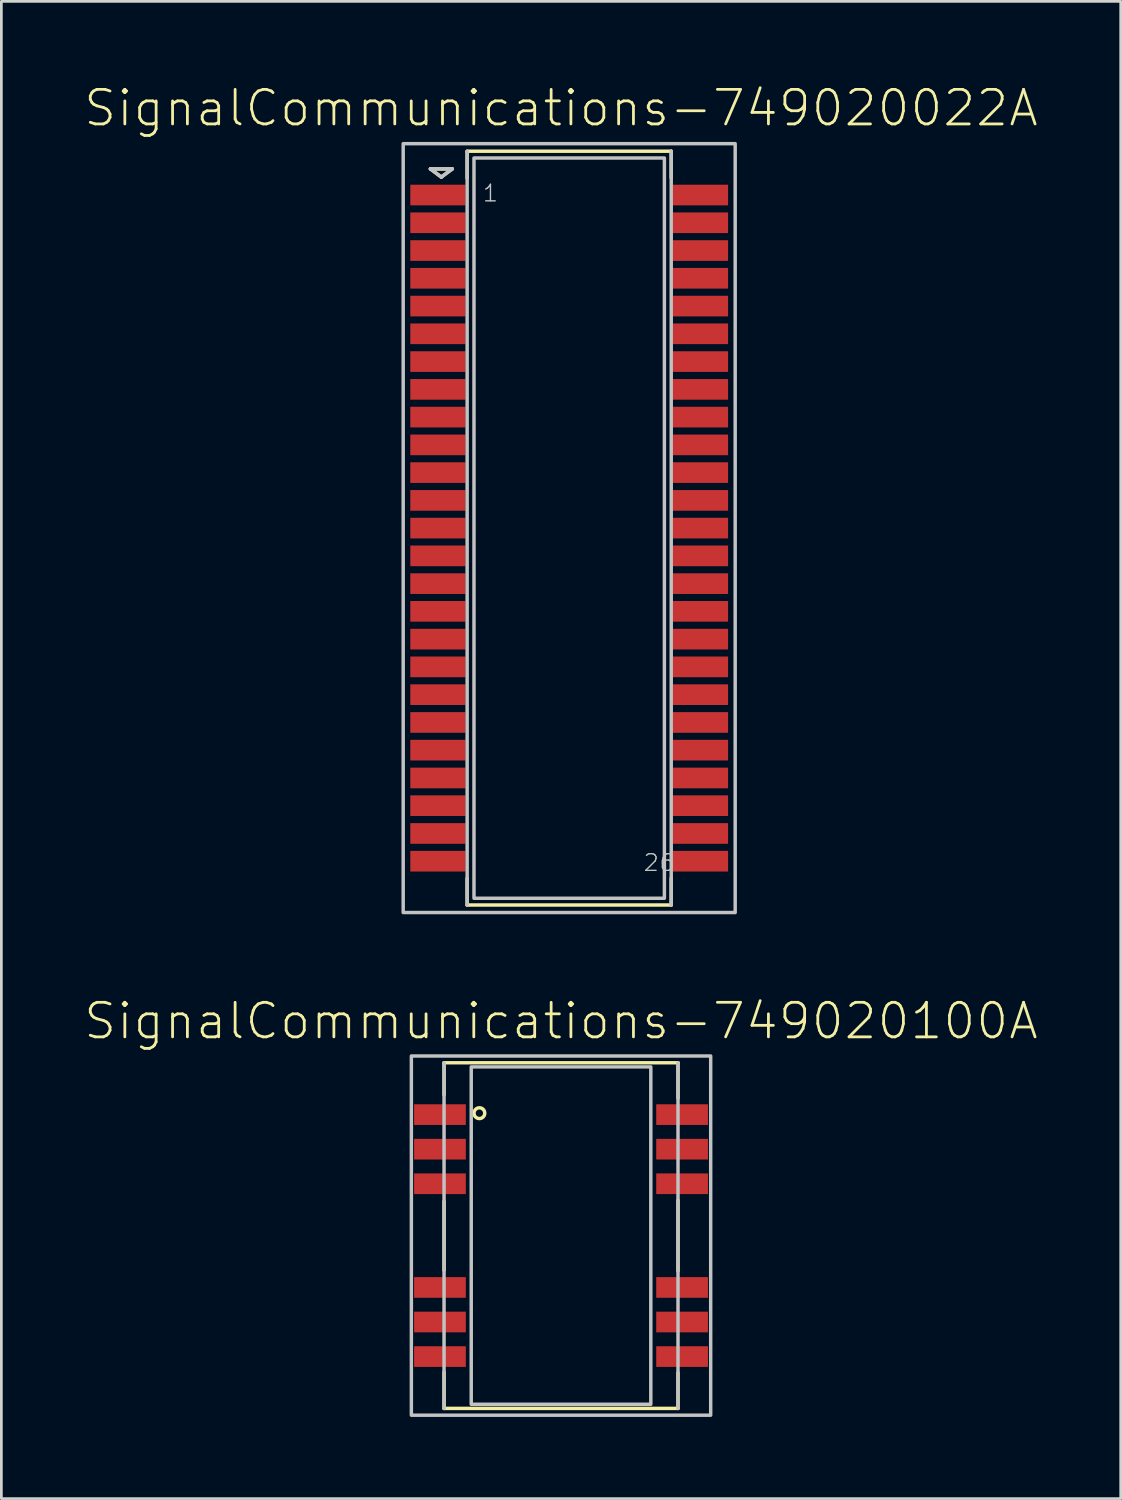
<source format=kicad_pcb>
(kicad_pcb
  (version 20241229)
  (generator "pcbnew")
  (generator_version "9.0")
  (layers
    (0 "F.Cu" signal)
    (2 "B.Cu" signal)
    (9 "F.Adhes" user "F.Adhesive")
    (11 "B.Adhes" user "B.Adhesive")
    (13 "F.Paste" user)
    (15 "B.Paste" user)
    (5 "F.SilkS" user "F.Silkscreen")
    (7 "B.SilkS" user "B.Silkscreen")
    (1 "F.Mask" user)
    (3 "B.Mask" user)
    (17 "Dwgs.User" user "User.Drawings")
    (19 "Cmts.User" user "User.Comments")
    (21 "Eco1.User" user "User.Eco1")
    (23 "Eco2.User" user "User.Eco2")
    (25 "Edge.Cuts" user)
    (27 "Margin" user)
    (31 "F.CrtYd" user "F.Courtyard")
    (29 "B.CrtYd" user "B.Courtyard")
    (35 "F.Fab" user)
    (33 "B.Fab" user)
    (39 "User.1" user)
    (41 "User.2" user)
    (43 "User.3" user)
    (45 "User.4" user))
  (footprint "SignalCommunications-749020022A"
    (layer "F.Cu")
    (at 17.863 16.354)
    (property "Reference" "SignalCommunications-749020022A" (at -0.3 -15.433 0) (layer "F.SilkS") (effects (font (size 1.27 1.27) (thickness 0.102))))
    (attr smd)
    (fp_line (start -5.098 -13.198) (end -4.298 -13.198) (stroke (width 0.127) (type solid)) (layer "F.SilkS"))
    (fp_line (start -4.699 -12.898) (end -5.098 -13.198) (stroke (width 0.127) (type solid)) (layer "F.SilkS"))
    (fp_line (start -4.298 -13.198) (end -4.699 -12.898) (stroke (width 0.127) (type solid)) (layer "F.SilkS"))
    (fp_line (start -3.749 -13.848) (end 3.749 -13.848) (stroke (width 0.127) (type solid)) (layer "F.SilkS"))
    (fp_line (start -3.749 -12.857) (end -3.749 -13.838) (stroke (width 0.127) (type solid)) (layer "F.SilkS"))
    (fp_line (start -3.749 12.868) (end -3.749 13.848) (stroke (width 0.127) (type solid)) (layer "F.SilkS"))
    (fp_line (start 3.749 -12.868) (end 3.749 -13.848) (stroke (width 0.127) (type solid)) (layer "F.SilkS"))
    (fp_line (start 3.749 12.868) (end 3.749 13.848) (stroke (width 0.127) (type solid)) (layer "F.SilkS"))
    (fp_line (start 3.749 13.848) (end -3.749 13.848) (stroke (width 0.127) (type solid)) (layer "F.SilkS"))
    (fp_line (start -5.098 -13.198) (end -4.298 -13.198) (stroke (width 0.127) (type solid)) (layer "Dwgs.User"))
    (fp_line (start -4.699 -12.898) (end -5.098 -13.198) (stroke (width 0.127) (type solid)) (layer "Dwgs.User"))
    (fp_line (start -4.298 -13.198) (end -4.699 -12.898) (stroke (width 0.127) (type solid)) (layer "Dwgs.User"))
    (fp_line (start -3.749 13.848) (end -3.749 -13.848) (stroke (width 0.127) (type solid)) (layer "Dwgs.User"))
    (fp_line (start 3.749 -13.848) (end 3.749 13.848) (stroke (width 0.127) (type solid)) (layer "Dwgs.User"))
    (fp_poly (pts (xy -3.498 -13.599) (xy 3.498 -13.599) (xy 3.498 13.599) (xy -3.498 13.599) (xy -3.498 -13.599)) (stroke (width 0.127) (type solid)) (fill no) (layer "Dwgs.User"))
    (fp_poly (pts (xy 6.099 14.125) (xy -6.099 14.125) (xy -6.099 -14.125) (xy 6.099 -14.125) (xy 6.099 14.125)) (stroke (width 0.127) (type solid)) (fill no) (layer "Dwgs.User"))
    (fp_text user "26" (at 3.307 12.294 0) (layer "Dwgs.User") (effects (font (size 0.61 0.61) (thickness 0.051))))
    (fp_text user "1" (at -2.893 -12.304 0) (layer "Dwgs.User") (effects (font (size 0.61 0.61) (thickness 0.051))))
    (pad "1" smd rect (at -4.823 -12.238 270) (size 0.759 2.029) (layers "F.Cu" "F.Mask" "F.Paste"))
    (pad "2" smd rect (at -4.823 -11.219 270) (size 0.759 2.029) (layers "F.Cu" "F.Mask" "F.Paste"))
    (pad "3" smd rect (at -4.823 -10.198 270) (size 0.759 2.029) (layers "F.Cu" "F.Mask" "F.Paste"))
    (pad "4" smd rect (at -4.823 -9.18 270) (size 0.759 2.029) (layers "F.Cu" "F.Mask" "F.Paste"))
    (pad "5" smd rect (at -4.823 -8.158 270) (size 0.759 2.029) (layers "F.Cu" "F.Mask" "F.Paste"))
    (pad "6" smd rect (at -4.823 -7.14 270) (size 0.759 2.029) (layers "F.Cu" "F.Mask" "F.Paste"))
    (pad "7" smd rect (at -4.823 -6.119 270) (size 0.759 2.029) (layers "F.Cu" "F.Mask" "F.Paste"))
    (pad "8" smd rect (at -4.823 -5.098 270) (size 0.759 2.029) (layers "F.Cu" "F.Mask" "F.Paste"))
    (pad "9" smd rect (at -4.823 -4.079 270) (size 0.759 2.029) (layers "F.Cu" "F.Mask" "F.Paste"))
    (pad "10" smd rect (at -4.823 -3.058 270) (size 0.759 2.029) (layers "F.Cu" "F.Mask" "F.Paste"))
    (pad "11" smd rect (at -4.823 -2.04 270) (size 0.759 2.029) (layers "F.Cu" "F.Mask" "F.Paste"))
    (pad "12" smd rect (at -4.823 -1.019 270) (size 0.759 2.029) (layers "F.Cu" "F.Mask" "F.Paste"))
    (pad "13" smd rect (at -4.823 0 270) (size 0.759 2.029) (layers "F.Cu" "F.Mask" "F.Paste"))
    (pad "14" smd rect (at -4.823 1.019 270) (size 0.759 2.029) (layers "F.Cu" "F.Mask" "F.Paste"))
    (pad "15" smd rect (at -4.823 2.04 270) (size 0.759 2.029) (layers "F.Cu" "F.Mask" "F.Paste"))
    (pad "16" smd rect (at -4.823 3.058 270) (size 0.759 2.029) (layers "F.Cu" "F.Mask" "F.Paste"))
    (pad "17" smd rect (at -4.823 4.079 270) (size 0.759 2.029) (layers "F.Cu" "F.Mask" "F.Paste"))
    (pad "18" smd rect (at -4.823 5.098 270) (size 0.759 2.029) (layers "F.Cu" "F.Mask" "F.Paste"))
    (pad "19" smd rect (at -4.823 6.119 270) (size 0.759 2.029) (layers "F.Cu" "F.Mask" "F.Paste"))
    (pad "20" smd rect (at -4.823 7.14 270) (size 0.759 2.029) (layers "F.Cu" "F.Mask" "F.Paste"))
    (pad "21" smd rect (at -4.823 8.158 270) (size 0.759 2.029) (layers "F.Cu" "F.Mask" "F.Paste"))
    (pad "22" smd rect (at -4.823 9.18 270) (size 0.759 2.029) (layers "F.Cu" "F.Mask" "F.Paste"))
    (pad "23" smd rect (at -4.823 10.198 270) (size 0.759 2.029) (layers "F.Cu" "F.Mask" "F.Paste"))
    (pad "24" smd rect (at -4.823 11.219 270) (size 0.759 2.029) (layers "F.Cu" "F.Mask" "F.Paste"))
    (pad "25" smd rect (at -4.823 12.238 270) (size 0.759 2.029) (layers "F.Cu" "F.Mask" "F.Paste"))
    (pad "26" smd rect (at 4.823 12.238 270) (size 0.759 2.029) (layers "F.Cu" "F.Mask" "F.Paste"))
    (pad "27" smd rect (at 4.823 11.219 270) (size 0.759 2.029) (layers "F.Cu" "F.Mask" "F.Paste"))
    (pad "28" smd rect (at 4.823 10.198 270) (size 0.759 2.029) (layers "F.Cu" "F.Mask" "F.Paste"))
    (pad "29" smd rect (at 4.823 9.18 270) (size 0.759 2.029) (layers "F.Cu" "F.Mask" "F.Paste"))
    (pad "30" smd rect (at 4.823 8.158 270) (size 0.759 2.029) (layers "F.Cu" "F.Mask" "F.Paste"))
    (pad "31" smd rect (at 4.823 7.14 270) (size 0.759 2.029) (layers "F.Cu" "F.Mask" "F.Paste"))
    (pad "32" smd rect (at 4.823 6.119 270) (size 0.759 2.029) (layers "F.Cu" "F.Mask" "F.Paste"))
    (pad "33" smd rect (at 4.823 5.098 270) (size 0.759 2.029) (layers "F.Cu" "F.Mask" "F.Paste"))
    (pad "34" smd rect (at 4.823 4.079 270) (size 0.759 2.029) (layers "F.Cu" "F.Mask" "F.Paste"))
    (pad "35" smd rect (at 4.823 3.058 270) (size 0.759 2.029) (layers "F.Cu" "F.Mask" "F.Paste"))
    (pad "36" smd rect (at 4.823 2.04 270) (size 0.759 2.029) (layers "F.Cu" "F.Mask" "F.Paste"))
    (pad "37" smd rect (at 4.823 1.019 270) (size 0.759 2.029) (layers "F.Cu" "F.Mask" "F.Paste"))
    (pad "38" smd rect (at 4.823 0 270) (size 0.759 2.029) (layers "F.Cu" "F.Mask" "F.Paste"))
    (pad "39" smd rect (at 4.823 -1.019 270) (size 0.759 2.029) (layers "F.Cu" "F.Mask" "F.Paste"))
    (pad "40" smd rect (at 4.823 -2.04 270) (size 0.759 2.029) (layers "F.Cu" "F.Mask" "F.Paste"))
    (pad "41" smd rect (at 4.823 -3.058 270) (size 0.759 2.029) (layers "F.Cu" "F.Mask" "F.Paste"))
    (pad "42" smd rect (at 4.823 -4.079 270) (size 0.759 2.029) (layers "F.Cu" "F.Mask" "F.Paste"))
    (pad "43" smd rect (at 4.823 -5.098 270) (size 0.759 2.029) (layers "F.Cu" "F.Mask" "F.Paste"))
    (pad "44" smd rect (at 4.823 -6.119 270) (size 0.759 2.029) (layers "F.Cu" "F.Mask" "F.Paste"))
    (pad "45" smd rect (at 4.823 -7.14 270) (size 0.759 2.029) (layers "F.Cu" "F.Mask" "F.Paste"))
    (pad "46" smd rect (at 4.823 -8.158 270) (size 0.759 2.029) (layers "F.Cu" "F.Mask" "F.Paste"))
    (pad "47" smd rect (at 4.823 -9.18 270) (size 0.759 2.029) (layers "F.Cu" "F.Mask" "F.Paste"))
    (pad "48" smd rect (at 4.823 -10.198 270) (size 0.759 2.029) (layers "F.Cu" "F.Mask" "F.Paste"))
    (pad "49" smd rect (at 4.823 -11.219 270) (size 0.759 2.029) (layers "F.Cu" "F.Mask" "F.Paste"))
    (pad "50" smd rect (at 4.823 -12.238 270) (size 0.759 2.029) (layers "F.Cu" "F.Mask" "F.Paste")))
  (footprint "SignalCommunications-749020100A"
    (layer "F.Cu")
    (at 17.563 42.348)
    (property "Reference" "SignalCommunications-749020100A" (at 0 -7.884 0) (layer "F.SilkS") (effects (font (size 1.27 1.27) (thickness 0.102))))
    (attr smd)
    (fp_line (start -4.298 -6.35) (end 4.298 -6.35) (stroke (width 0.127) (type solid)) (layer "F.SilkS"))
    (fp_line (start -4.298 -5.169) (end -4.298 -6.35) (stroke (width 0.127) (type solid)) (layer "F.SilkS"))
    (fp_line (start -4.298 -1.26) (end -4.298 1.27) (stroke (width 0.127) (type solid)) (layer "F.SilkS"))
    (fp_line (start -4.298 5.019) (end -4.298 6.35) (stroke (width 0.127) (type solid)) (layer "F.SilkS"))
    (fp_line (start 4.298 -5.05) (end 4.298 -6.35) (stroke (width 0.127) (type solid)) (layer "F.SilkS"))
    (fp_line (start 4.298 -1.298) (end 4.298 1.298) (stroke (width 0.127) (type solid)) (layer "F.SilkS"))
    (fp_line (start 4.298 5.039) (end 4.298 6.35) (stroke (width 0.127) (type solid)) (layer "F.SilkS"))
    (fp_line (start 4.298 6.35) (end -4.298 6.35) (stroke (width 0.127) (type solid)) (layer "F.SilkS"))
    (fp_circle (center -3 -4.498) (end -3 -4.696) (stroke (width 0.127) (type solid)) (fill no) (layer "F.SilkS"))
    (fp_line (start -4.298 6.35) (end -4.298 -6.35) (stroke (width 0.127) (type solid)) (layer "Dwgs.User"))
    (fp_line (start 4.298 -6.35) (end 4.298 6.35) (stroke (width 0.127) (type solid)) (layer "Dwgs.User"))
    (fp_poly (pts (xy -3.299 -6.198) (xy 3.299 -6.198) (xy 3.299 6.198) (xy -3.299 6.198) (xy -3.299 -6.198)) (stroke (width 0.127) (type solid)) (fill no) (layer "Dwgs.User"))
    (fp_poly (pts (xy 5.499 -6.599) (xy 5.499 6.599) (xy -5.499 6.599) (xy -5.499 -6.599) (xy 5.499 -6.599)) (stroke (width 0.127) (type solid)) (fill no) (layer "Dwgs.User"))
    (pad "1" smd rect (at -4.448 -4.445) (size 1.9 0.759) (layers "F.Cu" "F.Mask" "F.Paste"))
    (pad "2" smd rect (at -4.448 -3.175) (size 1.9 0.759) (layers "F.Cu" "F.Mask" "F.Paste"))
    (pad "3" smd rect (at -4.448 -1.905) (size 1.9 0.759) (layers "F.Cu" "F.Mask" "F.Paste"))
    (pad "6" smd rect (at -4.448 1.905) (size 1.9 0.759) (layers "F.Cu" "F.Mask" "F.Paste"))
    (pad "7" smd rect (at -4.448 3.175) (size 1.9 0.759) (layers "F.Cu" "F.Mask" "F.Paste"))
    (pad "8" smd rect (at -4.448 4.445) (size 1.9 0.759) (layers "F.Cu" "F.Mask" "F.Paste"))
    (pad "9" smd rect (at 4.448 4.445) (size 1.9 0.759) (layers "F.Cu" "F.Mask" "F.Paste"))
    (pad "10" smd rect (at 4.448 3.175) (size 1.9 0.759) (layers "F.Cu" "F.Mask" "F.Paste"))
    (pad "11" smd rect (at 4.448 1.905) (size 1.9 0.759) (layers "F.Cu" "F.Mask" "F.Paste"))
    (pad "14" smd rect (at 4.448 -1.905) (size 1.9 0.759) (layers "F.Cu" "F.Mask" "F.Paste"))
    (pad "15" smd rect (at 4.448 -3.175) (size 1.9 0.759) (layers "F.Cu" "F.Mask" "F.Paste"))
    (pad "16" smd rect (at 4.448 -4.445) (size 1.9 0.759) (layers "F.Cu" "F.Mask" "F.Paste")))
  (gr_rect
    (start -3 -3)
    (end 38.127 52.011)
    (stroke (width 0.1) (type default))
    (fill no)
    (layer "Edge.Cuts")))
</source>
